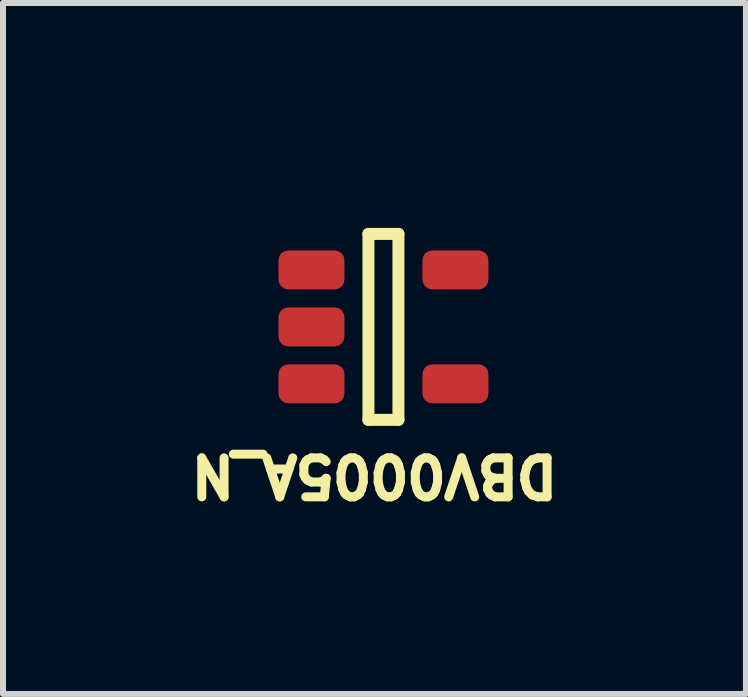
<source format=kicad_pcb>
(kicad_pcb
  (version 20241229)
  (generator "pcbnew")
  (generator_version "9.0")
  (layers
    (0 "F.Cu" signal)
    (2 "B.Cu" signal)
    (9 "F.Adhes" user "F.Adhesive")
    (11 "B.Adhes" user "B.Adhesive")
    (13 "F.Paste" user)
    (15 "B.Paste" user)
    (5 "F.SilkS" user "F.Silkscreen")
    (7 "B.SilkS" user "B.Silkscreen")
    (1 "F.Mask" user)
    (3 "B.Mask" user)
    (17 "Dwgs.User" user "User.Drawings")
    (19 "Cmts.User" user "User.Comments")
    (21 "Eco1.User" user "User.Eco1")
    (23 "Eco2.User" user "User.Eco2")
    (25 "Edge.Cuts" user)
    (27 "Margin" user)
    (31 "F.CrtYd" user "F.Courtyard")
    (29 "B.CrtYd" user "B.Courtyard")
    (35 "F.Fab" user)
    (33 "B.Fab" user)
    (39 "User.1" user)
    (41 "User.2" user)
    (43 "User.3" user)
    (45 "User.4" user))
  (footprint "DBV0005A_N"
    (layer "F.Cu")
    (at 3.343 2.4)
    (property "Reference" "DBV0005A_N" (at -0.15 2.477 180) (unlocked yes) (layer "F.SilkS") (effects (font (size 0.65 0.65) (thickness 0.15))))
    (fp_line (start -0.25 -1.55) (end -0.25 1.55) (stroke (width 0.2) (type solid)) (layer "F.SilkS"))
    (fp_line (start 0.25 -1.55) (end -0.25 -1.55) (stroke (width 0.2) (type solid)) (layer "F.SilkS"))
    (fp_line (start 0.25 -1.55) (end 0.25 1.55) (stroke (width 0.2) (type solid)) (layer "F.SilkS"))
    (fp_line (start 0.25 1.55) (end -0.25 1.55) (stroke (width 0.2) (type solid)) (layer "F.SilkS"))
    (fp_line (start -1.423 -1.138) (end -1.423 -0.738) (stroke (width 0.127) (type solid)) (layer "User.5"))
    (fp_line (start -1.423 -0.186) (end -1.423 0.215) (stroke (width 0.127) (type solid)) (layer "User.5"))
    (fp_line (start -1.423 0.767) (end -1.423 1.167) (stroke (width 0.127) (type solid)) (layer "User.5"))
    (fp_line (start -1.199 -1.138) (end -1.423 -1.138) (stroke (width 0.127) (type solid)) (layer "User.5"))
    (fp_line (start -1.199 -0.738) (end -1.423 -0.738) (stroke (width 0.127) (type solid)) (layer "User.5"))
    (fp_line (start -1.199 -0.186) (end -1.423 -0.186) (stroke (width 0.127) (type solid)) (layer "User.5"))
    (fp_line (start -1.199 0.215) (end -1.423 0.215) (stroke (width 0.127) (type solid)) (layer "User.5"))
    (fp_line (start -1.199 0.767) (end -1.423 0.767) (stroke (width 0.127) (type solid)) (layer "User.5"))
    (fp_line (start -1.199 1.167) (end -1.423 1.167) (stroke (width 0.127) (type solid)) (layer "User.5"))
    (fp_line (start -1.105 -1.138) (end -1.199 -1.138) (stroke (width 0.127) (type solid)) (layer "User.5"))
    (fp_line (start -1.105 -0.738) (end -1.199 -0.738) (stroke (width 0.127) (type solid)) (layer "User.5"))
    (fp_line (start -1.105 -0.186) (end -1.199 -0.186) (stroke (width 0.127) (type solid)) (layer "User.5"))
    (fp_line (start -1.105 0.215) (end -1.199 0.215) (stroke (width 0.127) (type solid)) (layer "User.5"))
    (fp_line (start -1.105 0.767) (end -1.199 0.767) (stroke (width 0.127) (type solid)) (layer "User.5"))
    (fp_line (start -1.105 1.167) (end -1.199 1.167) (stroke (width 0.127) (type solid)) (layer "User.5"))
    (fp_line (start -1.089 -1.138) (end -1.105 -1.138) (stroke (width 0.127) (type solid)) (layer "User.5"))
    (fp_line (start -1.089 -0.738) (end -1.105 -0.738) (stroke (width 0.127) (type solid)) (layer "User.5"))
    (fp_line (start -1.089 -0.186) (end -1.105 -0.186) (stroke (width 0.127) (type solid)) (layer "User.5"))
    (fp_line (start -1.089 0.215) (end -1.105 0.215) (stroke (width 0.127) (type solid)) (layer "User.5"))
    (fp_line (start -1.089 0.767) (end -1.105 0.767) (stroke (width 0.127) (type solid)) (layer "User.5"))
    (fp_line (start -1.089 1.167) (end -1.105 1.167) (stroke (width 0.127) (type solid)) (layer "User.5"))
    (fp_line (start -0.835 -1.138) (end -1.089 -1.138) (stroke (width 0.127) (type solid)) (layer "User.5"))
    (fp_line (start -0.835 -0.738) (end -1.089 -0.738) (stroke (width 0.127) (type solid)) (layer "User.5"))
    (fp_line (start -0.835 -0.186) (end -1.089 -0.186) (stroke (width 0.127) (type solid)) (layer "User.5"))
    (fp_line (start -0.835 0.215) (end -1.089 0.215) (stroke (width 0.127) (type solid)) (layer "User.5"))
    (fp_line (start -0.835 0.767) (end -1.089 0.767) (stroke (width 0.127) (type solid)) (layer "User.5"))
    (fp_line (start -0.835 1.167) (end -1.089 1.167) (stroke (width 0.127) (type solid)) (layer "User.5"))
    (fp_line (start -0.801 -1.371) (end -0.801 -1.37) (stroke (width 0.127) (type solid)) (layer "User.5"))
    (fp_line (start -0.801 -1.37) (end -0.801 1.399) (stroke (width 0.127) (type solid)) (layer "User.5"))
    (fp_line (start -0.801 -1.138) (end -0.835 -1.138) (stroke (width 0.127) (type solid)) (layer "User.5"))
    (fp_line (start -0.801 -1.138) (end -0.801 -0.738) (stroke (width 0.127) (type solid)) (layer "User.5"))
    (fp_line (start -0.801 -0.738) (end -0.835 -0.738) (stroke (width 0.127) (type solid)) (layer "User.5"))
    (fp_line (start -0.801 -0.186) (end -0.835 -0.186) (stroke (width 0.127) (type solid)) (layer "User.5"))
    (fp_line (start -0.801 -0.186) (end -0.801 0.215) (stroke (width 0.127) (type solid)) (layer "User.5"))
    (fp_line (start -0.801 0.215) (end -0.835 0.215) (stroke (width 0.127) (type solid)) (layer "User.5"))
    (fp_line (start -0.801 0.767) (end -0.835 0.767) (stroke (width 0.127) (type solid)) (layer "User.5"))
    (fp_line (start -0.801 0.767) (end -0.801 1.167) (stroke (width 0.127) (type solid)) (layer "User.5"))
    (fp_line (start -0.801 1.167) (end -0.835 1.167) (stroke (width 0.127) (type solid)) (layer "User.5"))
    (fp_line (start -0.801 1.399) (end -0.801 1.4) (stroke (width 0.127) (type solid)) (layer "User.5"))
    (fp_line (start -0.725 -1.446) (end -0.725 -1.446) (stroke (width 0.127) (type solid)) (layer "User.5"))
    (fp_line (start -0.725 1.475) (end -0.725 1.475) (stroke (width 0.127) (type solid)) (layer "User.5"))
    (fp_line (start 0.723 -1.446) (end -0.725 -1.446) (stroke (width 0.127) (type solid)) (layer "User.5"))
    (fp_line (start 0.723 1.475) (end -0.725 1.475) (stroke (width 0.127) (type solid)) (layer "User.5"))
    (fp_line (start 0.724 -1.446) (end 0.723 -1.446) (stroke (width 0.127) (type solid)) (layer "User.5"))
    (fp_line (start 0.724 1.475) (end 0.723 1.475) (stroke (width 0.127) (type solid)) (layer "User.5"))
    (fp_line (start 0.799 -1.371) (end 0.799 -1.37) (stroke (width 0.127) (type solid)) (layer "User.5"))
    (fp_line (start 0.799 -1.37) (end 0.799 1.399) (stroke (width 0.127) (type solid)) (layer "User.5"))
    (fp_line (start 0.799 -1.138) (end 0.799 -0.738) (stroke (width 0.127) (type solid)) (layer "User.5"))
    (fp_line (start 0.799 0.767) (end 0.799 1.167) (stroke (width 0.127) (type solid)) (layer "User.5"))
    (fp_line (start 0.799 1.399) (end 0.799 1.4) (stroke (width 0.127) (type solid)) (layer "User.5"))
    (fp_line (start 0.834 -1.138) (end 0.799 -1.138) (stroke (width 0.127) (type solid)) (layer "User.5"))
    (fp_line (start 0.834 -0.738) (end 0.799 -0.738) (stroke (width 0.127) (type solid)) (layer "User.5"))
    (fp_line (start 0.834 0.767) (end 0.799 0.767) (stroke (width 0.127) (type solid)) (layer "User.5"))
    (fp_line (start 0.834 1.167) (end 0.799 1.167) (stroke (width 0.127) (type solid)) (layer "User.5"))
    (fp_line (start 1.087 -1.138) (end 0.834 -1.138) (stroke (width 0.127) (type solid)) (layer "User.5"))
    (fp_line (start 1.087 -0.738) (end 0.834 -0.738) (stroke (width 0.127) (type solid)) (layer "User.5"))
    (fp_line (start 1.087 0.767) (end 0.834 0.767) (stroke (width 0.127) (type solid)) (layer "User.5"))
    (fp_line (start 1.087 1.167) (end 0.834 1.167) (stroke (width 0.127) (type solid)) (layer "User.5"))
    (fp_line (start 1.103 -1.138) (end 1.087 -1.138) (stroke (width 0.127) (type solid)) (layer "User.5"))
    (fp_line (start 1.103 -0.738) (end 1.087 -0.738) (stroke (width 0.127) (type solid)) (layer "User.5"))
    (fp_line (start 1.103 0.767) (end 1.087 0.767) (stroke (width 0.127) (type solid)) (layer "User.5"))
    (fp_line (start 1.103 1.167) (end 1.087 1.167) (stroke (width 0.127) (type solid)) (layer "User.5"))
    (fp_line (start 1.198 -1.138) (end 1.103 -1.138) (stroke (width 0.127) (type solid)) (layer "User.5"))
    (fp_line (start 1.198 -0.738) (end 1.103 -0.738) (stroke (width 0.127) (type solid)) (layer "User.5"))
    (fp_line (start 1.198 0.767) (end 1.103 0.767) (stroke (width 0.127) (type solid)) (layer "User.5"))
    (fp_line (start 1.198 1.167) (end 1.103 1.167) (stroke (width 0.127) (type solid)) (layer "User.5"))
    (fp_line (start 1.422 -1.138) (end 1.198 -1.138) (stroke (width 0.127) (type solid)) (layer "User.5"))
    (fp_line (start 1.422 -1.138) (end 1.422 -0.738) (stroke (width 0.127) (type solid)) (layer "User.5"))
    (fp_line (start 1.422 -0.738) (end 1.198 -0.738) (stroke (width 0.127) (type solid)) (layer "User.5"))
    (fp_line (start 1.422 0.767) (end 1.198 0.767) (stroke (width 0.127) (type solid)) (layer "User.5"))
    (fp_line (start 1.422 0.767) (end 1.422 1.167) (stroke (width 0.127) (type solid)) (layer "User.5"))
    (fp_line (start 1.422 1.167) (end 1.198 1.167) (stroke (width 0.127) (type solid)) (layer "User.5"))
    (fp_arc (start -0.800743 -1.370839) (mid -0.77822 -1.423887) (end -0.724999 -1.445999) (stroke (width 0.127) (type solid)) (layer "User.5"))
    (fp_arc (start -0.724996 1.475009) (mid -0.778214 1.452909) (end -0.800743 1.399871) (stroke (width 0.127) (type solid)) (layer "User.5"))
    (fp_arc (start 0.723709 -1.445999) (mid 0.77693 -1.423887) (end 0.799453 -1.370839) (stroke (width 0.127) (type solid)) (layer "User.5"))
    (fp_arc (start 0.799463 1.399872) (mid 0.776933 1.45291) (end 0.723715 1.475009) (stroke (width 0.127) (type solid)) (layer "User.5"))
    (fp_circle (center -0.5 -1) (end -0.5 -0.862) (stroke (width 0.1) (type solid)) (fill no) (layer "User.5"))
    (fp_line (start -1.423 -1.138) (end -1.423 -0.738) (stroke (width 0.127) (type solid)) (layer "User.12"))
    (fp_line (start -1.423 -0.186) (end -1.423 0.215) (stroke (width 0.127) (type solid)) (layer "User.12"))
    (fp_line (start -1.423 0.767) (end -1.423 1.167) (stroke (width 0.127) (type solid)) (layer "User.12"))
    (fp_line (start -1.199 -1.138) (end -1.423 -1.138) (stroke (width 0.127) (type solid)) (layer "User.12"))
    (fp_line (start -1.199 -0.738) (end -1.423 -0.738) (stroke (width 0.127) (type solid)) (layer "User.12"))
    (fp_line (start -1.199 -0.186) (end -1.423 -0.186) (stroke (width 0.127) (type solid)) (layer "User.12"))
    (fp_line (start -1.199 0.215) (end -1.423 0.215) (stroke (width 0.127) (type solid)) (layer "User.12"))
    (fp_line (start -1.199 0.767) (end -1.423 0.767) (stroke (width 0.127) (type solid)) (layer "User.12"))
    (fp_line (start -1.199 1.167) (end -1.423 1.167) (stroke (width 0.127) (type solid)) (layer "User.12"))
    (fp_line (start -1.105 -1.138) (end -1.199 -1.138) (stroke (width 0.127) (type solid)) (layer "User.12"))
    (fp_line (start -1.105 -0.738) (end -1.199 -0.738) (stroke (width 0.127) (type solid)) (layer "User.12"))
    (fp_line (start -1.105 -0.186) (end -1.199 -0.186) (stroke (width 0.127) (type solid)) (layer "User.12"))
    (fp_line (start -1.105 0.215) (end -1.199 0.215) (stroke (width 0.127) (type solid)) (layer "User.12"))
    (fp_line (start -1.105 0.767) (end -1.199 0.767) (stroke (width 0.127) (type solid)) (layer "User.12"))
    (fp_line (start -1.105 1.167) (end -1.199 1.167) (stroke (width 0.127) (type solid)) (layer "User.12"))
    (fp_line (start -1.089 -1.138) (end -1.105 -1.138) (stroke (width 0.127) (type solid)) (layer "User.12"))
    (fp_line (start -1.089 -0.738) (end -1.105 -0.738) (stroke (width 0.127) (type solid)) (layer "User.12"))
    (fp_line (start -1.089 -0.186) (end -1.105 -0.186) (stroke (width 0.127) (type solid)) (layer "User.12"))
    (fp_line (start -1.089 0.215) (end -1.105 0.215) (stroke (width 0.127) (type solid)) (layer "User.12"))
    (fp_line (start -1.089 0.767) (end -1.105 0.767) (stroke (width 0.127) (type solid)) (layer "User.12"))
    (fp_line (start -1.089 1.167) (end -1.105 1.167) (stroke (width 0.127) (type solid)) (layer "User.12"))
    (fp_line (start -0.835 -1.138) (end -1.089 -1.138) (stroke (width 0.127) (type solid)) (layer "User.12"))
    (fp_line (start -0.835 -0.738) (end -1.089 -0.738) (stroke (width 0.127) (type solid)) (layer "User.12"))
    (fp_line (start -0.835 -0.186) (end -1.089 -0.186) (stroke (width 0.127) (type solid)) (layer "User.12"))
    (fp_line (start -0.835 0.215) (end -1.089 0.215) (stroke (width 0.127) (type solid)) (layer "User.12"))
    (fp_line (start -0.835 0.767) (end -1.089 0.767) (stroke (width 0.127) (type solid)) (layer "User.12"))
    (fp_line (start -0.835 1.167) (end -1.089 1.167) (stroke (width 0.127) (type solid)) (layer "User.12"))
    (fp_line (start -0.801 -1.371) (end -0.801 -1.37) (stroke (width 0.127) (type solid)) (layer "User.12"))
    (fp_line (start -0.801 -1.37) (end -0.801 1.399) (stroke (width 0.127) (type solid)) (layer "User.12"))
    (fp_line (start -0.801 -1.138) (end -0.835 -1.138) (stroke (width 0.127) (type solid)) (layer "User.12"))
    (fp_line (start -0.801 -1.138) (end -0.801 -0.738) (stroke (width 0.127) (type solid)) (layer "User.12"))
    (fp_line (start -0.801 -0.738) (end -0.835 -0.738) (stroke (width 0.127) (type solid)) (layer "User.12"))
    (fp_line (start -0.801 -0.186) (end -0.835 -0.186) (stroke (width 0.127) (type solid)) (layer "User.12"))
    (fp_line (start -0.801 -0.186) (end -0.801 0.215) (stroke (width 0.127) (type solid)) (layer "User.12"))
    (fp_line (start -0.801 0.215) (end -0.835 0.215) (stroke (width 0.127) (type solid)) (layer "User.12"))
    (fp_line (start -0.801 0.767) (end -0.835 0.767) (stroke (width 0.127) (type solid)) (layer "User.12"))
    (fp_line (start -0.801 0.767) (end -0.801 1.167) (stroke (width 0.127) (type solid)) (layer "User.12"))
    (fp_line (start -0.801 1.167) (end -0.835 1.167) (stroke (width 0.127) (type solid)) (layer "User.12"))
    (fp_line (start -0.801 1.399) (end -0.801 1.4) (stroke (width 0.127) (type solid)) (layer "User.12"))
    (fp_line (start -0.725 -1.446) (end -0.725 -1.446) (stroke (width 0.127) (type solid)) (layer "User.12"))
    (fp_line (start -0.725 1.475) (end -0.725 1.475) (stroke (width 0.127) (type solid)) (layer "User.12"))
    (fp_line (start 0.723 -1.446) (end -0.725 -1.446) (stroke (width 0.127) (type solid)) (layer "User.12"))
    (fp_line (start 0.723 1.475) (end -0.725 1.475) (stroke (width 0.127) (type solid)) (layer "User.12"))
    (fp_line (start 0.724 -1.446) (end 0.723 -1.446) (stroke (width 0.127) (type solid)) (layer "User.12"))
    (fp_line (start 0.724 1.475) (end 0.723 1.475) (stroke (width 0.127) (type solid)) (layer "User.12"))
    (fp_line (start 0.799 -1.371) (end 0.799 -1.37) (stroke (width 0.127) (type solid)) (layer "User.12"))
    (fp_line (start 0.799 -1.37) (end 0.799 1.399) (stroke (width 0.127) (type solid)) (layer "User.12"))
    (fp_line (start 0.799 -1.138) (end 0.799 -0.738) (stroke (width 0.127) (type solid)) (layer "User.12"))
    (fp_line (start 0.799 0.767) (end 0.799 1.167) (stroke (width 0.127) (type solid)) (layer "User.12"))
    (fp_line (start 0.799 1.399) (end 0.799 1.4) (stroke (width 0.127) (type solid)) (layer "User.12"))
    (fp_line (start 0.834 -1.138) (end 0.799 -1.138) (stroke (width 0.127) (type solid)) (layer "User.12"))
    (fp_line (start 0.834 -0.738) (end 0.799 -0.738) (stroke (width 0.127) (type solid)) (layer "User.12"))
    (fp_line (start 0.834 0.767) (end 0.799 0.767) (stroke (width 0.127) (type solid)) (layer "User.12"))
    (fp_line (start 0.834 1.167) (end 0.799 1.167) (stroke (width 0.127) (type solid)) (layer "User.12"))
    (fp_line (start 1.087 -1.138) (end 0.834 -1.138) (stroke (width 0.127) (type solid)) (layer "User.12"))
    (fp_line (start 1.087 -0.738) (end 0.834 -0.738) (stroke (width 0.127) (type solid)) (layer "User.12"))
    (fp_line (start 1.087 0.767) (end 0.834 0.767) (stroke (width 0.127) (type solid)) (layer "User.12"))
    (fp_line (start 1.087 1.167) (end 0.834 1.167) (stroke (width 0.127) (type solid)) (layer "User.12"))
    (fp_line (start 1.103 -1.138) (end 1.087 -1.138) (stroke (width 0.127) (type solid)) (layer "User.12"))
    (fp_line (start 1.103 -0.738) (end 1.087 -0.738) (stroke (width 0.127) (type solid)) (layer "User.12"))
    (fp_line (start 1.103 0.767) (end 1.087 0.767) (stroke (width 0.127) (type solid)) (layer "User.12"))
    (fp_line (start 1.103 1.167) (end 1.087 1.167) (stroke (width 0.127) (type solid)) (layer "User.12"))
    (fp_line (start 1.198 -1.138) (end 1.103 -1.138) (stroke (width 0.127) (type solid)) (layer "User.12"))
    (fp_line (start 1.198 -0.738) (end 1.103 -0.738) (stroke (width 0.127) (type solid)) (layer "User.12"))
    (fp_line (start 1.198 0.767) (end 1.103 0.767) (stroke (width 0.127) (type solid)) (layer "User.12"))
    (fp_line (start 1.198 1.167) (end 1.103 1.167) (stroke (width 0.127) (type solid)) (layer "User.12"))
    (fp_line (start 1.422 -1.138) (end 1.198 -1.138) (stroke (width 0.127) (type solid)) (layer "User.12"))
    (fp_line (start 1.422 -1.138) (end 1.422 -0.738) (stroke (width 0.127) (type solid)) (layer "User.12"))
    (fp_line (start 1.422 -0.738) (end 1.198 -0.738) (stroke (width 0.127) (type solid)) (layer "User.12"))
    (fp_line (start 1.422 0.767) (end 1.198 0.767) (stroke (width 0.127) (type solid)) (layer "User.12"))
    (fp_line (start 1.422 0.767) (end 1.422 1.167) (stroke (width 0.127) (type solid)) (layer "User.12"))
    (fp_line (start 1.422 1.167) (end 1.198 1.167) (stroke (width 0.127) (type solid)) (layer "User.12"))
    (fp_arc (start -0.800743 -1.370839) (mid -0.77822 -1.423887) (end -0.724999 -1.445999) (stroke (width 0.127) (type solid)) (layer "User.12"))
    (fp_arc (start -0.724996 1.475009) (mid -0.778214 1.452909) (end -0.800743 1.399871) (stroke (width 0.127) (type solid)) (layer "User.12"))
    (fp_arc (start 0.723709 -1.445999) (mid 0.77693 -1.423887) (end 0.799453 -1.370839) (stroke (width 0.127) (type solid)) (layer "User.12"))
    (fp_arc (start 0.799463 1.399872) (mid 0.776933 1.45291) (end 0.723715 1.475009) (stroke (width 0.127) (type solid)) (layer "User.12"))
    (fp_line (start -2 -1.75) (end -2 1.75) (stroke (width 0.05) (type solid)) (layer "User.13"))
    (fp_line (start 0 -0.5) (end 0 0.5) (stroke (width 0.05) (type solid)) (layer "User.13"))
    (fp_line (start 0.5 0) (end -0.5 0) (stroke (width 0.05) (type solid)) (layer "User.13"))
    (fp_line (start 2 -1.75) (end -2 -1.75) (stroke (width 0.05) (type solid)) (layer "User.13"))
    (fp_line (start 2 -1.75) (end 2 1.75) (stroke (width 0.05) (type solid)) (layer "User.13"))
    (fp_line (start 2 1.75) (end -2 1.75) (stroke (width 0.05) (type solid)) (layer "User.13"))
    (fp_text_box "${REFERENCE}" (start 0.6 -2.35) (end -0.6 2.35) (margins 0 0 0 0) (angle 270) (layer "User.5") (effects (font (size 0.6 0.6) (thickness 0.15)) (justify left top)) (border no) (stroke (width 0.1) (type default)))
    (pad "1" smd roundrect (at -1.2 -0.95 90) (size 0.65 1.1) (layers "F.Cu" "F.Mask" "F.Paste") (roundrect_rratio 0.25))
    (pad "2" smd roundrect (at -1.2 0 90) (size 0.65 1.1) (layers "F.Cu" "F.Mask" "F.Paste") (roundrect_rratio 0.25))
    (pad "3" smd roundrect (at -1.2 0.95 90) (size 0.65 1.1) (layers "F.Cu" "F.Mask" "F.Paste") (roundrect_rratio 0.25))
    (pad "4" smd roundrect (at 1.2 0.95 90) (size 0.65 1.1) (layers "F.Cu" "F.Mask" "F.Paste") (roundrect_rratio 0.25))
    (pad "5" smd roundrect (at 1.2 -0.95 90) (size 0.65 1.1) (layers "F.Cu" "F.Mask" "F.Paste") (roundrect_rratio 0.25)))
  (gr_rect
    (start -3 -3)
    (end 9.387 8.52)
    (stroke (width 0.1) (type default))
    (fill no)
    (layer "Edge.Cuts")))
</source>
